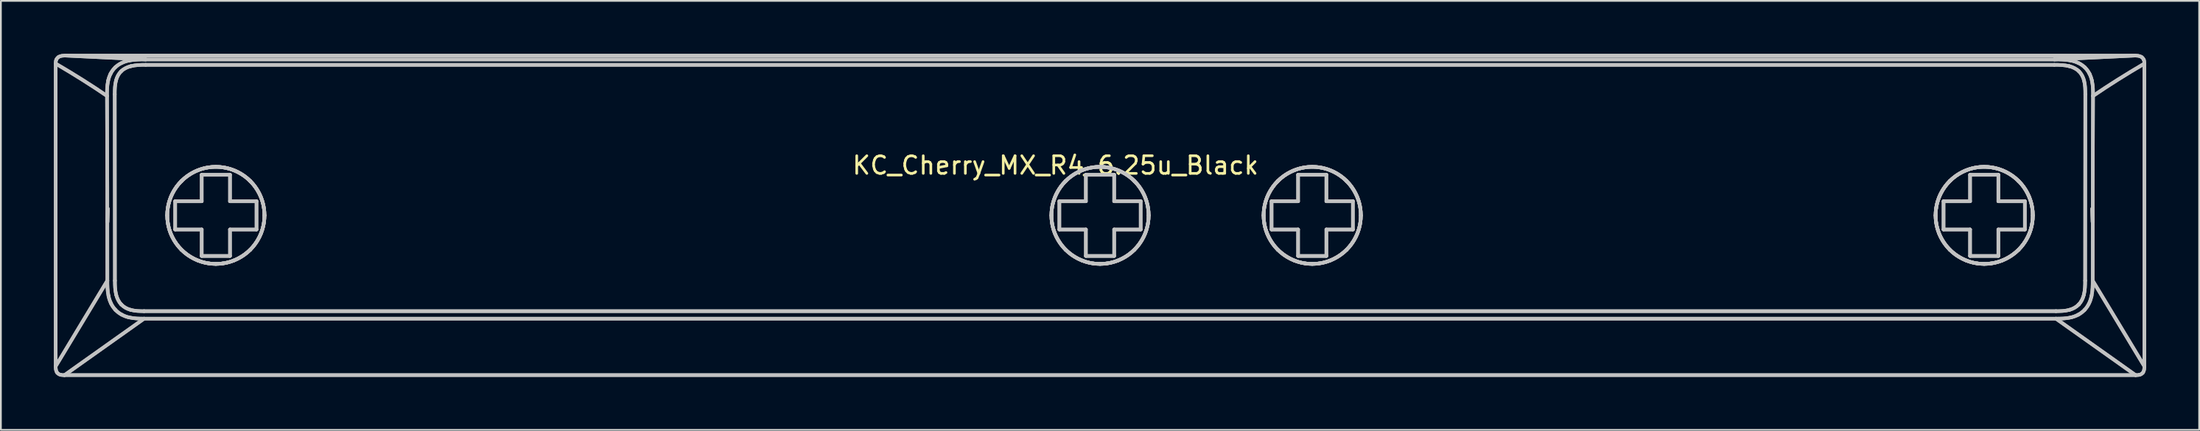
<source format=kicad_pcb>
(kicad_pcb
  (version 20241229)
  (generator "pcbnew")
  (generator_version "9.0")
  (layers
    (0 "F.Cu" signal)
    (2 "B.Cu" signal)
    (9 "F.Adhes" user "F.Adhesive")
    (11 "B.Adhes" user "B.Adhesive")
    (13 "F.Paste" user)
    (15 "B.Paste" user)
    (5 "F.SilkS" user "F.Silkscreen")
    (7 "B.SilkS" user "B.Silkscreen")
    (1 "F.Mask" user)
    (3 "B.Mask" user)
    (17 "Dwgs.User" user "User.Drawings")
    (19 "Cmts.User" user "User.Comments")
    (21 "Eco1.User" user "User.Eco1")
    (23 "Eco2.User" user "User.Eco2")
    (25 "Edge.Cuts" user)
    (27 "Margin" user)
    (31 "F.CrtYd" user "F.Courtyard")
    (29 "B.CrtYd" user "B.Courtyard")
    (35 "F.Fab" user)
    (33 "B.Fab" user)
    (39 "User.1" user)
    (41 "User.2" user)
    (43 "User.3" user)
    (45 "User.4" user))
  (footprint "KC_Cherry_MX_R4_6.25u_Black"
    (layer "F.Cu")
    (at 59.176 9.111)
    (property "Reference" "KC_Cherry_MX_R4_6.25u_Black" (at -2.54 -2.794 0) (layer "F.SilkS") (effects (font (size 1 1) (thickness 0.15))))
    (attr allow_missing_courtyard)
    (fp_line (start -59.076 -8.557) (end -59.076 8.585) (stroke (width 0.2) (type default)) (layer "Dwgs.User"))
    (fp_line (start -59.076 -8.557) (end -59.076 8.585) (stroke (width 0.2) (type default)) (layer "Dwgs.User"))
    (fp_line (start -58.58 9.089) (end 58.54 9.089) (stroke (width 0.2) (type default)) (layer "Dwgs.User"))
    (fp_line (start -58.58 9.089) (end 58.54 9.089) (stroke (width 0.2) (type default)) (layer "Dwgs.User"))
    (fp_line (start -58.528 -9.011) (end -53.985 -8.793) (stroke (width 0.2) (type default)) (layer "Dwgs.User"))
    (fp_line (start -58.528 -9.011) (end -53.985 -8.793) (stroke (width 0.2) (type default)) (layer "Dwgs.User"))
    (fp_line (start -56.155 3.735) (end -59.076 8.585) (stroke (width 0.2) (type default)) (layer "Dwgs.User"))
    (fp_line (start -56.155 3.735) (end -59.076 8.585) (stroke (width 0.2) (type default)) (layer "Dwgs.User"))
    (fp_line (start -56.148 0.414) (end -56.124 -0.336) (stroke (width 0.2) (type default)) (layer "Dwgs.User"))
    (fp_line (start -56.148 0.414) (end -56.124 -0.336) (stroke (width 0.2) (type default)) (layer "Dwgs.User"))
    (fp_line (start -55.737 -6.818) (end -55.728 3.735) (stroke (width 0.2) (type default)) (layer "Dwgs.User"))
    (fp_line (start -55.737 -6.818) (end -55.728 3.735) (stroke (width 0.2) (type default)) (layer "Dwgs.User"))
    (fp_line (start -54.078 5.466) (end 54.038 5.466) (stroke (width 0.2) (type default)) (layer "Dwgs.User"))
    (fp_line (start -54.078 5.466) (end 54.038 5.466) (stroke (width 0.2) (type default)) (layer "Dwgs.User"))
    (fp_line (start -54.078 5.89) (end -58.58 9.089) (stroke (width 0.2) (type default)) (layer "Dwgs.User"))
    (fp_line (start -54.078 5.89) (end -58.58 9.089) (stroke (width 0.2) (type default)) (layer "Dwgs.User"))
    (fp_line (start -54.078 5.89) (end 54.038 5.89) (stroke (width 0.2) (type default)) (layer "Dwgs.User"))
    (fp_line (start -54.078 5.89) (end 54.038 5.89) (stroke (width 0.2) (type default)) (layer "Dwgs.User"))
    (fp_line (start -52.32 -0.76) (end -50.82 -0.76) (stroke (width 0.2) (type default)) (layer "Dwgs.User"))
    (fp_line (start -52.32 -0.76) (end -50.82 -0.76) (stroke (width 0.2) (type default)) (layer "Dwgs.User"))
    (fp_line (start -52.32 0.84) (end -52.32 -0.76) (stroke (width 0.2) (type default)) (layer "Dwgs.User"))
    (fp_line (start -52.32 0.84) (end -52.32 -0.76) (stroke (width 0.2) (type default)) (layer "Dwgs.User"))
    (fp_line (start -50.82 -2.26) (end -49.22 -2.26) (stroke (width 0.2) (type default)) (layer "Dwgs.User"))
    (fp_line (start -50.82 -2.26) (end -49.22 -2.26) (stroke (width 0.2) (type default)) (layer "Dwgs.User"))
    (fp_line (start -50.82 -0.76) (end -50.82 -2.26) (stroke (width 0.2) (type default)) (layer "Dwgs.User"))
    (fp_line (start -50.82 -0.76) (end -50.82 -2.26) (stroke (width 0.2) (type default)) (layer "Dwgs.User"))
    (fp_line (start -50.82 0.84) (end -52.32 0.84) (stroke (width 0.2) (type default)) (layer "Dwgs.User"))
    (fp_line (start -50.82 0.84) (end -52.32 0.84) (stroke (width 0.2) (type default)) (layer "Dwgs.User"))
    (fp_line (start -50.82 2.34) (end -50.82 0.84) (stroke (width 0.2) (type default)) (layer "Dwgs.User"))
    (fp_line (start -50.82 2.34) (end -50.82 0.84) (stroke (width 0.2) (type default)) (layer "Dwgs.User"))
    (fp_line (start -49.22 -2.26) (end -49.22 -0.76) (stroke (width 0.2) (type default)) (layer "Dwgs.User"))
    (fp_line (start -49.22 -2.26) (end -49.22 -0.76) (stroke (width 0.2) (type default)) (layer "Dwgs.User"))
    (fp_line (start -49.22 -0.76) (end -47.72 -0.76) (stroke (width 0.2) (type default)) (layer "Dwgs.User"))
    (fp_line (start -49.22 -0.76) (end -47.72 -0.76) (stroke (width 0.2) (type default)) (layer "Dwgs.User"))
    (fp_line (start -49.22 0.84) (end -49.22 2.34) (stroke (width 0.2) (type default)) (layer "Dwgs.User"))
    (fp_line (start -49.22 0.84) (end -49.22 2.34) (stroke (width 0.2) (type default)) (layer "Dwgs.User"))
    (fp_line (start -49.22 2.34) (end -50.82 2.34) (stroke (width 0.2) (type default)) (layer "Dwgs.User"))
    (fp_line (start -49.22 2.34) (end -50.82 2.34) (stroke (width 0.2) (type default)) (layer "Dwgs.User"))
    (fp_line (start -47.72 -0.76) (end -47.72 0.84) (stroke (width 0.2) (type default)) (layer "Dwgs.User"))
    (fp_line (start -47.72 -0.76) (end -47.72 0.84) (stroke (width 0.2) (type default)) (layer "Dwgs.User"))
    (fp_line (start -47.72 0.84) (end -49.22 0.84) (stroke (width 0.2) (type default)) (layer "Dwgs.User"))
    (fp_line (start -47.72 0.84) (end -49.22 0.84) (stroke (width 0.2) (type default)) (layer "Dwgs.User"))
    (fp_line (start -47.296 -0.336) (end -47.296 -0.336) (stroke (width 0.2) (type default)) (layer "Dwgs.User"))
    (fp_line (start -47.296 -0.336) (end -47.296 -0.336) (stroke (width 0.2) (type default)) (layer "Dwgs.User"))
    (fp_line (start -47.296 0.414) (end -47.296 0.414) (stroke (width 0.2) (type default)) (layer "Dwgs.User"))
    (fp_line (start -47.296 0.414) (end -47.296 0.414) (stroke (width 0.2) (type default)) (layer "Dwgs.User"))
    (fp_line (start -2.744 -0.335) (end -2.744 -0.336) (stroke (width 0.2) (type default)) (layer "Dwgs.User"))
    (fp_line (start -2.744 -0.335) (end -2.744 -0.336) (stroke (width 0.2) (type default)) (layer "Dwgs.User"))
    (fp_line (start -2.744 0.414) (end -2.744 0.415) (stroke (width 0.2) (type default)) (layer "Dwgs.User"))
    (fp_line (start -2.744 0.414) (end -2.744 0.415) (stroke (width 0.2) (type default)) (layer "Dwgs.User"))
    (fp_line (start -2.32 -0.76) (end -0.82 -0.76) (stroke (width 0.2) (type default)) (layer "Dwgs.User"))
    (fp_line (start -2.32 -0.76) (end -0.82 -0.76) (stroke (width 0.2) (type default)) (layer "Dwgs.User"))
    (fp_line (start -2.32 0.84) (end -2.32 -0.76) (stroke (width 0.2) (type default)) (layer "Dwgs.User"))
    (fp_line (start -2.32 0.84) (end -2.32 -0.76) (stroke (width 0.2) (type default)) (layer "Dwgs.User"))
    (fp_line (start -0.82 -2.26) (end 0.78 -2.26) (stroke (width 0.2) (type default)) (layer "Dwgs.User"))
    (fp_line (start -0.82 -2.26) (end 0.78 -2.26) (stroke (width 0.2) (type default)) (layer "Dwgs.User"))
    (fp_line (start -0.82 -0.76) (end -0.82 -2.26) (stroke (width 0.2) (type default)) (layer "Dwgs.User"))
    (fp_line (start -0.82 -0.76) (end -0.82 -2.26) (stroke (width 0.2) (type default)) (layer "Dwgs.User"))
    (fp_line (start -0.82 0.84) (end -2.32 0.84) (stroke (width 0.2) (type default)) (layer "Dwgs.User"))
    (fp_line (start -0.82 0.84) (end -2.32 0.84) (stroke (width 0.2) (type default)) (layer "Dwgs.User"))
    (fp_line (start -0.82 2.34) (end -0.82 0.84) (stroke (width 0.2) (type default)) (layer "Dwgs.User"))
    (fp_line (start -0.82 2.34) (end -0.82 0.84) (stroke (width 0.2) (type default)) (layer "Dwgs.User"))
    (fp_line (start 0.78 -2.26) (end 0.78 -0.76) (stroke (width 0.2) (type default)) (layer "Dwgs.User"))
    (fp_line (start 0.78 -2.26) (end 0.78 -0.76) (stroke (width 0.2) (type default)) (layer "Dwgs.User"))
    (fp_line (start 0.78 -0.76) (end 2.28 -0.76) (stroke (width 0.2) (type default)) (layer "Dwgs.User"))
    (fp_line (start 0.78 -0.76) (end 2.28 -0.76) (stroke (width 0.2) (type default)) (layer "Dwgs.User"))
    (fp_line (start 0.78 0.84) (end 0.78 2.34) (stroke (width 0.2) (type default)) (layer "Dwgs.User"))
    (fp_line (start 0.78 0.84) (end 0.78 2.34) (stroke (width 0.2) (type default)) (layer "Dwgs.User"))
    (fp_line (start 0.78 2.34) (end -0.82 2.34) (stroke (width 0.2) (type default)) (layer "Dwgs.User"))
    (fp_line (start 0.78 2.34) (end -0.82 2.34) (stroke (width 0.2) (type default)) (layer "Dwgs.User"))
    (fp_line (start 2.28 -0.76) (end 2.28 0.84) (stroke (width 0.2) (type default)) (layer "Dwgs.User"))
    (fp_line (start 2.28 -0.76) (end 2.28 0.84) (stroke (width 0.2) (type default)) (layer "Dwgs.User"))
    (fp_line (start 2.28 0.84) (end 0.78 0.84) (stroke (width 0.2) (type default)) (layer "Dwgs.User"))
    (fp_line (start 2.28 0.84) (end 0.78 0.84) (stroke (width 0.2) (type default)) (layer "Dwgs.User"))
    (fp_line (start 9.68 -0.76) (end 11.18 -0.76) (stroke (width 0.2) (type default)) (layer "Dwgs.User"))
    (fp_line (start 9.68 -0.76) (end 11.18 -0.76) (stroke (width 0.2) (type default)) (layer "Dwgs.User"))
    (fp_line (start 9.68 0.84) (end 9.68 -0.76) (stroke (width 0.2) (type default)) (layer "Dwgs.User"))
    (fp_line (start 9.68 0.84) (end 9.68 -0.76) (stroke (width 0.2) (type default)) (layer "Dwgs.User"))
    (fp_line (start 11.18 -2.26) (end 12.78 -2.26) (stroke (width 0.2) (type default)) (layer "Dwgs.User"))
    (fp_line (start 11.18 -2.26) (end 12.78 -2.26) (stroke (width 0.2) (type default)) (layer "Dwgs.User"))
    (fp_line (start 11.18 -0.76) (end 11.18 -2.26) (stroke (width 0.2) (type default)) (layer "Dwgs.User"))
    (fp_line (start 11.18 -0.76) (end 11.18 -2.26) (stroke (width 0.2) (type default)) (layer "Dwgs.User"))
    (fp_line (start 11.18 0.84) (end 9.68 0.84) (stroke (width 0.2) (type default)) (layer "Dwgs.User"))
    (fp_line (start 11.18 0.84) (end 9.68 0.84) (stroke (width 0.2) (type default)) (layer "Dwgs.User"))
    (fp_line (start 11.18 2.34) (end 11.18 0.84) (stroke (width 0.2) (type default)) (layer "Dwgs.User"))
    (fp_line (start 11.18 2.34) (end 11.18 0.84) (stroke (width 0.2) (type default)) (layer "Dwgs.User"))
    (fp_line (start 12.78 -2.26) (end 12.78 -0.76) (stroke (width 0.2) (type default)) (layer "Dwgs.User"))
    (fp_line (start 12.78 -2.26) (end 12.78 -0.76) (stroke (width 0.2) (type default)) (layer "Dwgs.User"))
    (fp_line (start 12.78 -0.76) (end 14.28 -0.76) (stroke (width 0.2) (type default)) (layer "Dwgs.User"))
    (fp_line (start 12.78 -0.76) (end 14.28 -0.76) (stroke (width 0.2) (type default)) (layer "Dwgs.User"))
    (fp_line (start 12.78 0.84) (end 12.78 2.34) (stroke (width 0.2) (type default)) (layer "Dwgs.User"))
    (fp_line (start 12.78 0.84) (end 12.78 2.34) (stroke (width 0.2) (type default)) (layer "Dwgs.User"))
    (fp_line (start 12.78 2.34) (end 11.18 2.34) (stroke (width 0.2) (type default)) (layer "Dwgs.User"))
    (fp_line (start 12.78 2.34) (end 11.18 2.34) (stroke (width 0.2) (type default)) (layer "Dwgs.User"))
    (fp_line (start 14.28 -0.76) (end 14.28 0.84) (stroke (width 0.2) (type default)) (layer "Dwgs.User"))
    (fp_line (start 14.28 -0.76) (end 14.28 0.84) (stroke (width 0.2) (type default)) (layer "Dwgs.User"))
    (fp_line (start 14.28 0.84) (end 12.78 0.84) (stroke (width 0.2) (type default)) (layer "Dwgs.User"))
    (fp_line (start 14.28 0.84) (end 12.78 0.84) (stroke (width 0.2) (type default)) (layer "Dwgs.User"))
    (fp_line (start 14.704 0.414) (end 14.704 0.415) (stroke (width 0.2) (type default)) (layer "Dwgs.User"))
    (fp_line (start 14.704 0.414) (end 14.704 0.415) (stroke (width 0.2) (type default)) (layer "Dwgs.User"))
    (fp_line (start 14.704 -0.335) (end 14.704 -0.336) (stroke (width 0.2) (type default)) (layer "Dwgs.User"))
    (fp_line (start 14.704 -0.335) (end 14.704 -0.336) (stroke (width 0.2) (type default)) (layer "Dwgs.User"))
    (fp_line (start 47.256 0.414) (end 47.256 0.414) (stroke (width 0.2) (type default)) (layer "Dwgs.User"))
    (fp_line (start 47.256 0.414) (end 47.256 0.414) (stroke (width 0.2) (type default)) (layer "Dwgs.User"))
    (fp_line (start 47.256 -0.336) (end 47.256 -0.336) (stroke (width 0.2) (type default)) (layer "Dwgs.User"))
    (fp_line (start 47.256 -0.336) (end 47.256 -0.336) (stroke (width 0.2) (type default)) (layer "Dwgs.User"))
    (fp_line (start 47.68 -0.76) (end 49.18 -0.76) (stroke (width 0.2) (type default)) (layer "Dwgs.User"))
    (fp_line (start 47.68 -0.76) (end 49.18 -0.76) (stroke (width 0.2) (type default)) (layer "Dwgs.User"))
    (fp_line (start 47.68 0.84) (end 47.68 -0.76) (stroke (width 0.2) (type default)) (layer "Dwgs.User"))
    (fp_line (start 47.68 0.84) (end 47.68 -0.76) (stroke (width 0.2) (type default)) (layer "Dwgs.User"))
    (fp_line (start 49.18 -2.26) (end 50.78 -2.26) (stroke (width 0.2) (type default)) (layer "Dwgs.User"))
    (fp_line (start 49.18 -2.26) (end 50.78 -2.26) (stroke (width 0.2) (type default)) (layer "Dwgs.User"))
    (fp_line (start 49.18 -0.76) (end 49.18 -2.26) (stroke (width 0.2) (type default)) (layer "Dwgs.User"))
    (fp_line (start 49.18 -0.76) (end 49.18 -2.26) (stroke (width 0.2) (type default)) (layer "Dwgs.User"))
    (fp_line (start 49.18 0.84) (end 47.68 0.84) (stroke (width 0.2) (type default)) (layer "Dwgs.User"))
    (fp_line (start 49.18 0.84) (end 47.68 0.84) (stroke (width 0.2) (type default)) (layer "Dwgs.User"))
    (fp_line (start 49.18 2.34) (end 49.18 0.84) (stroke (width 0.2) (type default)) (layer "Dwgs.User"))
    (fp_line (start 49.18 2.34) (end 49.18 0.84) (stroke (width 0.2) (type default)) (layer "Dwgs.User"))
    (fp_line (start 50.78 -2.26) (end 50.78 -0.76) (stroke (width 0.2) (type default)) (layer "Dwgs.User"))
    (fp_line (start 50.78 -2.26) (end 50.78 -0.76) (stroke (width 0.2) (type default)) (layer "Dwgs.User"))
    (fp_line (start 50.78 -0.76) (end 52.28 -0.76) (stroke (width 0.2) (type default)) (layer "Dwgs.User"))
    (fp_line (start 50.78 -0.76) (end 52.28 -0.76) (stroke (width 0.2) (type default)) (layer "Dwgs.User"))
    (fp_line (start 50.78 0.84) (end 50.78 2.34) (stroke (width 0.2) (type default)) (layer "Dwgs.User"))
    (fp_line (start 50.78 0.84) (end 50.78 2.34) (stroke (width 0.2) (type default)) (layer "Dwgs.User"))
    (fp_line (start 50.78 2.34) (end 49.18 2.34) (stroke (width 0.2) (type default)) (layer "Dwgs.User"))
    (fp_line (start 50.78 2.34) (end 49.18 2.34) (stroke (width 0.2) (type default)) (layer "Dwgs.User"))
    (fp_line (start 52.28 -0.76) (end 52.28 0.84) (stroke (width 0.2) (type default)) (layer "Dwgs.User"))
    (fp_line (start 52.28 -0.76) (end 52.28 0.84) (stroke (width 0.2) (type default)) (layer "Dwgs.User"))
    (fp_line (start 52.28 0.84) (end 50.78 0.84) (stroke (width 0.2) (type default)) (layer "Dwgs.User"))
    (fp_line (start 52.28 0.84) (end 50.78 0.84) (stroke (width 0.2) (type default)) (layer "Dwgs.User"))
    (fp_line (start 53.945 -8.793) (end -53.985 -8.793) (stroke (width 0.2) (type default)) (layer "Dwgs.User"))
    (fp_line (start 53.945 -8.793) (end -53.985 -8.793) (stroke (width 0.2) (type default)) (layer "Dwgs.User"))
    (fp_line (start 53.945 -8.793) (end 58.488 -9.011) (stroke (width 0.2) (type default)) (layer "Dwgs.User"))
    (fp_line (start 53.945 -8.793) (end 58.488 -9.011) (stroke (width 0.2) (type default)) (layer "Dwgs.User"))
    (fp_line (start 53.945 -8.487) (end -53.985 -8.487) (stroke (width 0.2) (type default)) (layer "Dwgs.User"))
    (fp_line (start 53.945 -8.487) (end -53.985 -8.487) (stroke (width 0.2) (type default)) (layer "Dwgs.User"))
    (fp_line (start 54.038 5.89) (end 58.54 9.089) (stroke (width 0.2) (type default)) (layer "Dwgs.User"))
    (fp_line (start 54.038 5.89) (end 58.54 9.089) (stroke (width 0.2) (type default)) (layer "Dwgs.User"))
    (fp_line (start 55.688 3.735) (end 55.697 -6.818) (stroke (width 0.2) (type default)) (layer "Dwgs.User"))
    (fp_line (start 55.688 3.735) (end 55.697 -6.818) (stroke (width 0.2) (type default)) (layer "Dwgs.User"))
    (fp_line (start 56.108 0.414) (end 56.084 -0.336) (stroke (width 0.2) (type default)) (layer "Dwgs.User"))
    (fp_line (start 56.108 0.414) (end 56.084 -0.336) (stroke (width 0.2) (type default)) (layer "Dwgs.User"))
    (fp_line (start 56.115 3.735) (end 59.036 8.585) (stroke (width 0.2) (type default)) (layer "Dwgs.User"))
    (fp_line (start 56.115 3.735) (end 59.036 8.585) (stroke (width 0.2) (type default)) (layer "Dwgs.User"))
    (fp_line (start 58.488 -9.011) (end -58.528 -9.011) (stroke (width 0.2) (type default)) (layer "Dwgs.User"))
    (fp_line (start 58.488 -9.011) (end -58.528 -9.011) (stroke (width 0.2) (type default)) (layer "Dwgs.User"))
    (fp_line (start 59.036 8.585) (end 59.036 -8.557) (stroke (width 0.2) (type default)) (layer "Dwgs.User"))
    (fp_line (start 59.036 8.585) (end 59.036 -8.557) (stroke (width 0.2) (type default)) (layer "Dwgs.User"))
    (fp_curve (pts (xy -59.076 -8.557) (xy -58.02 -7.939) (xy -57.054 -7.329) (xy -56.175 -6.727)) (stroke (width 0.2) (type default)) (layer "Dwgs.User"))
    (fp_curve (pts (xy -59.076 -8.557) (xy -58.02 -7.939) (xy -57.054 -7.329) (xy -56.175 -6.727)) (stroke (width 0.2) (type default)) (layer "Dwgs.User"))
    (fp_curve (pts (xy -59.076 8.585) (xy -59.078 8.715) (xy -59.072 8.859) (xy -58.982 8.963)) (stroke (width 0.2) (type default)) (layer "Dwgs.User"))
    (fp_curve (pts (xy -59.076 8.585) (xy -59.078 8.715) (xy -59.072 8.859) (xy -58.982 8.963)) (stroke (width 0.2) (type default)) (layer "Dwgs.User"))
    (fp_curve (pts (xy -59.046 -8.775) (xy -59.074 -8.706) (xy -59.077 -8.63) (xy -59.076 -8.557)) (stroke (width 0.2) (type default)) (layer "Dwgs.User"))
    (fp_curve (pts (xy -59.046 -8.775) (xy -59.074 -8.706) (xy -59.077 -8.63) (xy -59.076 -8.557)) (stroke (width 0.2) (type default)) (layer "Dwgs.User"))
    (fp_curve (pts (xy -58.982 8.963) (xy -58.929 9.022) (xy -58.864 9.059) (xy -58.786 9.074)) (stroke (width 0.2) (type default)) (layer "Dwgs.User"))
    (fp_curve (pts (xy -58.982 8.963) (xy -58.929 9.022) (xy -58.864 9.059) (xy -58.786 9.074)) (stroke (width 0.2) (type default)) (layer "Dwgs.User"))
    (fp_curve (pts (xy -58.938 -8.915) (xy -58.986 -8.878) (xy -59.022 -8.832) (xy -59.046 -8.775)) (stroke (width 0.2) (type default)) (layer "Dwgs.User"))
    (fp_curve (pts (xy -58.938 -8.915) (xy -58.986 -8.878) (xy -59.022 -8.832) (xy -59.046 -8.775)) (stroke (width 0.2) (type default)) (layer "Dwgs.User"))
    (fp_curve (pts (xy -58.786 9.074) (xy -58.718 9.087) (xy -58.649 9.092) (xy -58.58 9.089)) (stroke (width 0.2) (type default)) (layer "Dwgs.User"))
    (fp_curve (pts (xy -58.786 9.074) (xy -58.718 9.087) (xy -58.649 9.092) (xy -58.58 9.089)) (stroke (width 0.2) (type default)) (layer "Dwgs.User"))
    (fp_curve (pts (xy -58.528 -9.011) (xy -58.669 -9.012) (xy -58.821 -9.004) (xy -58.938 -8.915)) (stroke (width 0.2) (type default)) (layer "Dwgs.User"))
    (fp_curve (pts (xy -58.528 -9.011) (xy -58.669 -9.012) (xy -58.821 -9.004) (xy -58.938 -8.915)) (stroke (width 0.2) (type default)) (layer "Dwgs.User"))
    (fp_curve (pts (xy -56.175 -6.727) (xy -56.157 -3.347) (xy -56.153 0.192) (xy -56.155 3.735)) (stroke (width 0.2) (type default)) (layer "Dwgs.User"))
    (fp_curve (pts (xy -56.175 -6.727) (xy -56.157 -3.347) (xy -56.153 0.192) (xy -56.155 3.735)) (stroke (width 0.2) (type default)) (layer "Dwgs.User"))
    (fp_curve (pts (xy -56.155 3.735) (xy -56.154 4) (xy -56.157 4.29) (xy -56.089 4.611)) (stroke (width 0.2) (type default)) (layer "Dwgs.User"))
    (fp_curve (pts (xy -56.155 3.735) (xy -56.154 4) (xy -56.157 4.29) (xy -56.089 4.611)) (stroke (width 0.2) (type default)) (layer "Dwgs.User"))
    (fp_curve (pts (xy -56.112 -7.586) (xy -56.181 -7.269) (xy -56.175 -6.986) (xy -56.175 -6.727)) (stroke (width 0.2) (type default)) (layer "Dwgs.User"))
    (fp_curve (pts (xy -56.112 -7.586) (xy -56.181 -7.269) (xy -56.175 -6.986) (xy -56.175 -6.727)) (stroke (width 0.2) (type default)) (layer "Dwgs.User"))
    (fp_curve (pts (xy -56.089 4.611) (xy -56.062 4.745) (xy -56.016 4.882) (xy -55.951 5.022)) (stroke (width 0.2) (type default)) (layer "Dwgs.User"))
    (fp_curve (pts (xy -56.089 4.611) (xy -56.062 4.745) (xy -56.016 4.882) (xy -55.951 5.022)) (stroke (width 0.2) (type default)) (layer "Dwgs.User"))
    (fp_curve (pts (xy -55.971 -7.989) (xy -56.039 -7.85) (xy -56.086 -7.716) (xy -56.112 -7.586)) (stroke (width 0.2) (type default)) (layer "Dwgs.User"))
    (fp_curve (pts (xy -55.971 -7.989) (xy -56.039 -7.85) (xy -56.086 -7.716) (xy -56.112 -7.586)) (stroke (width 0.2) (type default)) (layer "Dwgs.User"))
    (fp_curve (pts (xy -55.951 5.022) (xy -55.89 5.151) (xy -55.808 5.272) (xy -55.703 5.387)) (stroke (width 0.2) (type default)) (layer "Dwgs.User"))
    (fp_curve (pts (xy -55.951 5.022) (xy -55.89 5.151) (xy -55.808 5.272) (xy -55.703 5.387)) (stroke (width 0.2) (type default)) (layer "Dwgs.User"))
    (fp_curve (pts (xy -55.728 3.735) (xy -55.728 4.002) (xy -55.722 4.271) (xy -55.658 4.53)) (stroke (width 0.2) (type default)) (layer "Dwgs.User"))
    (fp_curve (pts (xy -55.728 3.735) (xy -55.728 4.002) (xy -55.722 4.271) (xy -55.658 4.53)) (stroke (width 0.2) (type default)) (layer "Dwgs.User"))
    (fp_curve (pts (xy -55.711 -8.343) (xy -55.821 -8.236) (xy -55.909 -8.112) (xy -55.971 -7.989)) (stroke (width 0.2) (type default)) (layer "Dwgs.User"))
    (fp_curve (pts (xy -55.711 -8.343) (xy -55.821 -8.236) (xy -55.909 -8.112) (xy -55.971 -7.989)) (stroke (width 0.2) (type default)) (layer "Dwgs.User"))
    (fp_curve (pts (xy -55.703 5.387) (xy -55.6 5.498) (xy -55.476 5.592) (xy -55.35 5.66)) (stroke (width 0.2) (type default)) (layer "Dwgs.User"))
    (fp_curve (pts (xy -55.703 5.387) (xy -55.6 5.498) (xy -55.476 5.592) (xy -55.35 5.66)) (stroke (width 0.2) (type default)) (layer "Dwgs.User"))
    (fp_curve (pts (xy -55.668 -7.593) (xy -55.733 -7.342) (xy -55.737 -7.079) (xy -55.737 -6.818)) (stroke (width 0.2) (type default)) (layer "Dwgs.User"))
    (fp_curve (pts (xy -55.668 -7.593) (xy -55.733 -7.342) (xy -55.737 -7.079) (xy -55.737 -6.818)) (stroke (width 0.2) (type default)) (layer "Dwgs.User"))
    (fp_curve (pts (xy -55.658 4.53) (xy -55.607 4.736) (xy -55.515 4.934) (xy -55.368 5.087)) (stroke (width 0.2) (type default)) (layer "Dwgs.User"))
    (fp_curve (pts (xy -55.658 4.53) (xy -55.607 4.736) (xy -55.515 4.934) (xy -55.368 5.087)) (stroke (width 0.2) (type default)) (layer "Dwgs.User"))
    (fp_curve (pts (xy -55.377 -8.121) (xy -55.526 -7.976) (xy -55.618 -7.789) (xy -55.668 -7.593)) (stroke (width 0.2) (type default)) (layer "Dwgs.User"))
    (fp_curve (pts (xy -55.377 -8.121) (xy -55.526 -7.976) (xy -55.618 -7.789) (xy -55.668 -7.593)) (stroke (width 0.2) (type default)) (layer "Dwgs.User"))
    (fp_curve (pts (xy -55.368 5.087) (xy -55.225 5.238) (xy -55.038 5.338) (xy -54.841 5.391)) (stroke (width 0.2) (type default)) (layer "Dwgs.User"))
    (fp_curve (pts (xy -55.368 5.087) (xy -55.225 5.238) (xy -55.038 5.338) (xy -54.841 5.391)) (stroke (width 0.2) (type default)) (layer "Dwgs.User"))
    (fp_curve (pts (xy -55.35 5.66) (xy -55.212 5.734) (xy -55.075 5.786) (xy -54.941 5.816)) (stroke (width 0.2) (type default)) (layer "Dwgs.User"))
    (fp_curve (pts (xy -55.35 5.66) (xy -55.212 5.734) (xy -55.075 5.786) (xy -54.941 5.816)) (stroke (width 0.2) (type default)) (layer "Dwgs.User"))
    (fp_curve (pts (xy -55.343 -8.595) (xy -55.471 -8.535) (xy -55.6 -8.45) (xy -55.711 -8.343)) (stroke (width 0.2) (type default)) (layer "Dwgs.User"))
    (fp_curve (pts (xy -55.343 -8.595) (xy -55.471 -8.535) (xy -55.6 -8.45) (xy -55.711 -8.343)) (stroke (width 0.2) (type default)) (layer "Dwgs.User"))
    (fp_curve (pts (xy -54.941 5.816) (xy -54.621 5.892) (xy -54.335 5.888) (xy -54.078 5.89)) (stroke (width 0.2) (type default)) (layer "Dwgs.User"))
    (fp_curve (pts (xy -54.941 5.816) (xy -54.621 5.892) (xy -54.335 5.888) (xy -54.078 5.89)) (stroke (width 0.2) (type default)) (layer "Dwgs.User"))
    (fp_curve (pts (xy -54.918 -8.732) (xy -55.056 -8.707) (xy -55.197 -8.662) (xy -55.343 -8.595)) (stroke (width 0.2) (type default)) (layer "Dwgs.User"))
    (fp_curve (pts (xy -54.918 -8.732) (xy -55.056 -8.707) (xy -55.197 -8.662) (xy -55.343 -8.595)) (stroke (width 0.2) (type default)) (layer "Dwgs.User"))
    (fp_curve (pts (xy -54.841 5.391) (xy -54.594 5.46) (xy -54.334 5.466) (xy -54.078 5.466)) (stroke (width 0.2) (type default)) (layer "Dwgs.User"))
    (fp_curve (pts (xy -54.841 5.391) (xy -54.594 5.46) (xy -54.334 5.466) (xy -54.078 5.466)) (stroke (width 0.2) (type default)) (layer "Dwgs.User"))
    (fp_curve (pts (xy -54.827 -8.413) (xy -55.032 -8.362) (xy -55.228 -8.269) (xy -55.377 -8.121)) (stroke (width 0.2) (type default)) (layer "Dwgs.User"))
    (fp_curve (pts (xy -54.827 -8.413) (xy -55.032 -8.362) (xy -55.228 -8.269) (xy -55.377 -8.121)) (stroke (width 0.2) (type default)) (layer "Dwgs.User"))
    (fp_curve (pts (xy -53.985 -8.487) (xy -54.268 -8.487) (xy -54.554 -8.481) (xy -54.827 -8.413)) (stroke (width 0.2) (type default)) (layer "Dwgs.User"))
    (fp_curve (pts (xy -53.985 -8.487) (xy -54.268 -8.487) (xy -54.554 -8.481) (xy -54.827 -8.413)) (stroke (width 0.2) (type default)) (layer "Dwgs.User"))
    (fp_curve (pts (xy -53.985 -8.793) (xy -54.269 -8.79) (xy -54.575 -8.799) (xy -54.918 -8.732)) (stroke (width 0.2) (type default)) (layer "Dwgs.User"))
    (fp_curve (pts (xy -53.985 -8.793) (xy -54.269 -8.79) (xy -54.575 -8.799) (xy -54.918 -8.732)) (stroke (width 0.2) (type default)) (layer "Dwgs.User"))
    (fp_curve (pts (xy -52.77 0.039) (xy -52.77 0.363) (xy -52.711 0.713) (xy -52.577 1.052)) (stroke (width 0.2) (type default)) (layer "Dwgs.User"))
    (fp_curve (pts (xy -52.77 0.039) (xy -52.77 0.363) (xy -52.711 0.713) (xy -52.577 1.052)) (stroke (width 0.2) (type default)) (layer "Dwgs.User"))
    (fp_curve (pts (xy -52.744 0.414) (xy -52.665 1.001) (xy -52.387 1.564) (xy -51.965 1.984)) (stroke (width 0.2) (type default)) (layer "Dwgs.User"))
    (fp_curve (pts (xy -52.744 0.414) (xy -52.665 1.001) (xy -52.387 1.564) (xy -51.965 1.984)) (stroke (width 0.2) (type default)) (layer "Dwgs.User"))
    (fp_curve (pts (xy -52.744 -0.336) (xy -52.779 -0.086) (xy -52.779 0.164) (xy -52.744 0.414)) (stroke (width 0.2) (type default)) (layer "Dwgs.User"))
    (fp_curve (pts (xy -52.744 -0.336) (xy -52.779 -0.086) (xy -52.779 0.164) (xy -52.744 0.414)) (stroke (width 0.2) (type default)) (layer "Dwgs.User"))
    (fp_curve (pts (xy -52.577 -0.973) (xy -52.711 -0.634) (xy -52.77 -0.284) (xy -52.77 0.039)) (stroke (width 0.2) (type default)) (layer "Dwgs.User"))
    (fp_curve (pts (xy -52.577 -0.973) (xy -52.711 -0.634) (xy -52.77 -0.284) (xy -52.77 0.039)) (stroke (width 0.2) (type default)) (layer "Dwgs.User"))
    (fp_curve (pts (xy -52.577 1.052) (xy -52.444 1.39) (xy -52.234 1.716) (xy -51.965 1.984)) (stroke (width 0.2) (type default)) (layer "Dwgs.User"))
    (fp_curve (pts (xy -52.577 1.052) (xy -52.444 1.39) (xy -52.234 1.716) (xy -51.965 1.984)) (stroke (width 0.2) (type default)) (layer "Dwgs.User"))
    (fp_curve (pts (xy -51.965 -1.905) (xy -52.387 -1.484) (xy -52.664 -0.926) (xy -52.744 -0.336)) (stroke (width 0.2) (type default)) (layer "Dwgs.User"))
    (fp_curve (pts (xy -51.965 -1.905) (xy -52.387 -1.484) (xy -52.664 -0.926) (xy -52.744 -0.336)) (stroke (width 0.2) (type default)) (layer "Dwgs.User"))
    (fp_curve (pts (xy -51.965 -1.905) (xy -52.234 -1.637) (xy -52.444 -1.311) (xy -52.577 -0.973)) (stroke (width 0.2) (type default)) (layer "Dwgs.User"))
    (fp_curve (pts (xy -51.965 -1.905) (xy -52.234 -1.637) (xy -52.444 -1.311) (xy -52.577 -0.973)) (stroke (width 0.2) (type default)) (layer "Dwgs.User"))
    (fp_curve (pts (xy -51.965 1.984) (xy -51.696 2.253) (xy -51.371 2.463) (xy -51.032 2.596)) (stroke (width 0.2) (type default)) (layer "Dwgs.User"))
    (fp_curve (pts (xy -51.965 1.984) (xy -51.696 2.253) (xy -51.371 2.463) (xy -51.032 2.596)) (stroke (width 0.2) (type default)) (layer "Dwgs.User"))
    (fp_curve (pts (xy -51.965 1.984) (xy -51.545 2.405) (xy -50.987 2.683) (xy -50.395 2.764)) (stroke (width 0.2) (type default)) (layer "Dwgs.User"))
    (fp_curve (pts (xy -51.965 1.984) (xy -51.545 2.405) (xy -50.987 2.683) (xy -50.395 2.764)) (stroke (width 0.2) (type default)) (layer "Dwgs.User"))
    (fp_curve (pts (xy -51.032 -2.518) (xy -51.371 -2.384) (xy -51.696 -2.174) (xy -51.965 -1.905)) (stroke (width 0.2) (type default)) (layer "Dwgs.User"))
    (fp_curve (pts (xy -51.032 -2.518) (xy -51.371 -2.384) (xy -51.696 -2.174) (xy -51.965 -1.905)) (stroke (width 0.2) (type default)) (layer "Dwgs.User"))
    (fp_curve (pts (xy -51.032 2.596) (xy -50.693 2.731) (xy -50.344 2.79) (xy -50.02 2.789)) (stroke (width 0.2) (type default)) (layer "Dwgs.User"))
    (fp_curve (pts (xy -51.032 2.596) (xy -50.693 2.731) (xy -50.344 2.79) (xy -50.02 2.789)) (stroke (width 0.2) (type default)) (layer "Dwgs.User"))
    (fp_curve (pts (xy -50.395 -2.685) (xy -50.989 -2.604) (xy -51.547 -2.325) (xy -51.965 -1.905)) (stroke (width 0.2) (type default)) (layer "Dwgs.User"))
    (fp_curve (pts (xy -50.395 -2.685) (xy -50.989 -2.604) (xy -51.547 -2.325) (xy -51.965 -1.905)) (stroke (width 0.2) (type default)) (layer "Dwgs.User"))
    (fp_curve (pts (xy -50.395 -2.685) (xy -50.145 -2.719) (xy -49.895 -2.719) (xy -49.645 -2.685)) (stroke (width 0.2) (type default)) (layer "Dwgs.User"))
    (fp_curve (pts (xy -50.395 -2.685) (xy -50.145 -2.719) (xy -49.895 -2.719) (xy -49.645 -2.685)) (stroke (width 0.2) (type default)) (layer "Dwgs.User"))
    (fp_curve (pts (xy -50.02 -2.711) (xy -50.344 -2.711) (xy -50.693 -2.652) (xy -51.032 -2.518)) (stroke (width 0.2) (type default)) (layer "Dwgs.User"))
    (fp_curve (pts (xy -50.02 -2.711) (xy -50.344 -2.711) (xy -50.693 -2.652) (xy -51.032 -2.518)) (stroke (width 0.2) (type default)) (layer "Dwgs.User"))
    (fp_curve (pts (xy -50.02 2.789) (xy -49.696 2.79) (xy -49.347 2.731) (xy -49.008 2.596)) (stroke (width 0.2) (type default)) (layer "Dwgs.User"))
    (fp_curve (pts (xy -50.02 2.789) (xy -49.696 2.79) (xy -49.347 2.731) (xy -49.008 2.596)) (stroke (width 0.2) (type default)) (layer "Dwgs.User"))
    (fp_curve (pts (xy -49.645 2.764) (xy -49.895 2.798) (xy -50.145 2.798) (xy -50.395 2.764)) (stroke (width 0.2) (type default)) (layer "Dwgs.User"))
    (fp_curve (pts (xy -49.645 2.764) (xy -49.895 2.798) (xy -50.145 2.798) (xy -50.395 2.764)) (stroke (width 0.2) (type default)) (layer "Dwgs.User"))
    (fp_curve (pts (xy -49.645 2.764) (xy -49.053 2.683) (xy -48.495 2.405) (xy -48.075 1.984)) (stroke (width 0.2) (type default)) (layer "Dwgs.User"))
    (fp_curve (pts (xy -49.645 2.764) (xy -49.053 2.683) (xy -48.495 2.405) (xy -48.075 1.984)) (stroke (width 0.2) (type default)) (layer "Dwgs.User"))
    (fp_curve (pts (xy -49.008 -2.518) (xy -49.347 -2.652) (xy -49.696 -2.711) (xy -50.02 -2.711)) (stroke (width 0.2) (type default)) (layer "Dwgs.User"))
    (fp_curve (pts (xy -49.008 -2.518) (xy -49.347 -2.652) (xy -49.696 -2.711) (xy -50.02 -2.711)) (stroke (width 0.2) (type default)) (layer "Dwgs.User"))
    (fp_curve (pts (xy -49.008 2.596) (xy -48.669 2.463) (xy -48.344 2.253) (xy -48.075 1.984)) (stroke (width 0.2) (type default)) (layer "Dwgs.User"))
    (fp_curve (pts (xy -49.008 2.596) (xy -48.669 2.463) (xy -48.344 2.253) (xy -48.075 1.984)) (stroke (width 0.2) (type default)) (layer "Dwgs.User"))
    (fp_curve (pts (xy -48.075 -1.905) (xy -48.493 -2.325) (xy -49.051 -2.604) (xy -49.645 -2.685)) (stroke (width 0.2) (type default)) (layer "Dwgs.User"))
    (fp_curve (pts (xy -48.075 -1.905) (xy -48.493 -2.325) (xy -49.051 -2.604) (xy -49.645 -2.685)) (stroke (width 0.2) (type default)) (layer "Dwgs.User"))
    (fp_curve (pts (xy -48.075 -1.905) (xy -48.344 -2.174) (xy -48.669 -2.384) (xy -49.008 -2.518)) (stroke (width 0.2) (type default)) (layer "Dwgs.User"))
    (fp_curve (pts (xy -48.075 -1.905) (xy -48.344 -2.174) (xy -48.669 -2.384) (xy -49.008 -2.518)) (stroke (width 0.2) (type default)) (layer "Dwgs.User"))
    (fp_curve (pts (xy -48.075 1.984) (xy -47.806 1.716) (xy -47.596 1.39) (xy -47.463 1.052)) (stroke (width 0.2) (type default)) (layer "Dwgs.User"))
    (fp_curve (pts (xy -48.075 1.984) (xy -47.806 1.716) (xy -47.596 1.39) (xy -47.463 1.052)) (stroke (width 0.2) (type default)) (layer "Dwgs.User"))
    (fp_curve (pts (xy -48.075 1.984) (xy -47.653 1.564) (xy -47.375 1.001) (xy -47.296 0.414)) (stroke (width 0.2) (type default)) (layer "Dwgs.User"))
    (fp_curve (pts (xy -48.075 1.984) (xy -47.653 1.564) (xy -47.375 1.001) (xy -47.296 0.414)) (stroke (width 0.2) (type default)) (layer "Dwgs.User"))
    (fp_curve (pts (xy -47.463 -0.973) (xy -47.596 -1.311) (xy -47.806 -1.637) (xy -48.075 -1.905)) (stroke (width 0.2) (type default)) (layer "Dwgs.User"))
    (fp_curve (pts (xy -47.463 -0.973) (xy -47.596 -1.311) (xy -47.806 -1.637) (xy -48.075 -1.905)) (stroke (width 0.2) (type default)) (layer "Dwgs.User"))
    (fp_curve (pts (xy -47.463 1.052) (xy -47.329 0.713) (xy -47.27 0.363) (xy -47.27 0.039)) (stroke (width 0.2) (type default)) (layer "Dwgs.User"))
    (fp_curve (pts (xy -47.463 1.052) (xy -47.329 0.713) (xy -47.27 0.363) (xy -47.27 0.039)) (stroke (width 0.2) (type default)) (layer "Dwgs.User"))
    (fp_curve (pts (xy -47.296 -0.336) (xy -47.376 -0.926) (xy -47.653 -1.484) (xy -48.075 -1.905)) (stroke (width 0.2) (type default)) (layer "Dwgs.User"))
    (fp_curve (pts (xy -47.296 -0.336) (xy -47.376 -0.926) (xy -47.653 -1.484) (xy -48.075 -1.905)) (stroke (width 0.2) (type default)) (layer "Dwgs.User"))
    (fp_curve (pts (xy -47.296 0.414) (xy -47.279 0.29) (xy -47.27 0.165) (xy -47.27 0.039)) (stroke (width 0.2) (type default)) (layer "Dwgs.User"))
    (fp_curve (pts (xy -47.296 0.414) (xy -47.279 0.29) (xy -47.27 0.165) (xy -47.27 0.039)) (stroke (width 0.2) (type default)) (layer "Dwgs.User"))
    (fp_curve (pts (xy -47.27 0.039) (xy -47.27 -0.284) (xy -47.329 -0.634) (xy -47.463 -0.973)) (stroke (width 0.2) (type default)) (layer "Dwgs.User"))
    (fp_curve (pts (xy -47.27 0.039) (xy -47.27 -0.284) (xy -47.329 -0.634) (xy -47.463 -0.973)) (stroke (width 0.2) (type default)) (layer "Dwgs.User"))
    (fp_curve (pts (xy -47.27 0.039) (xy -47.27 -0.086) (xy -47.279 -0.212) (xy -47.296 -0.336)) (stroke (width 0.2) (type default)) (layer "Dwgs.User"))
    (fp_curve (pts (xy -47.27 0.039) (xy -47.27 -0.086) (xy -47.279 -0.212) (xy -47.296 -0.336)) (stroke (width 0.2) (type default)) (layer "Dwgs.User"))
    (fp_curve (pts (xy -2.77 0.039) (xy -2.77 0.363) (xy -2.711 0.713) (xy -2.577 1.052)) (stroke (width 0.2) (type default)) (layer "Dwgs.User"))
    (fp_curve (pts (xy -2.77 0.039) (xy -2.77 0.363) (xy -2.711 0.713) (xy -2.577 1.052)) (stroke (width 0.2) (type default)) (layer "Dwgs.User"))
    (fp_curve (pts (xy -2.744 -0.335) (xy -2.779 -0.085) (xy -2.779 0.165) (xy -2.744 0.415)) (stroke (width 0.2) (type default)) (layer "Dwgs.User"))
    (fp_curve (pts (xy -2.744 -0.335) (xy -2.779 -0.085) (xy -2.779 0.165) (xy -2.744 0.415)) (stroke (width 0.2) (type default)) (layer "Dwgs.User"))
    (fp_curve (pts (xy -2.744 -0.336) (xy -2.664 -0.925) (xy -2.387 -1.484) (xy -1.965 -1.905)) (stroke (width 0.2) (type default)) (layer "Dwgs.User"))
    (fp_curve (pts (xy -2.744 -0.336) (xy -2.664 -0.925) (xy -2.387 -1.484) (xy -1.965 -1.905)) (stroke (width 0.2) (type default)) (layer "Dwgs.User"))
    (fp_curve (pts (xy -2.577 -0.973) (xy -2.711 -0.634) (xy -2.77 -0.284) (xy -2.77 0.039)) (stroke (width 0.2) (type default)) (layer "Dwgs.User"))
    (fp_curve (pts (xy -2.577 -0.973) (xy -2.711 -0.634) (xy -2.77 -0.284) (xy -2.77 0.039)) (stroke (width 0.2) (type default)) (layer "Dwgs.User"))
    (fp_curve (pts (xy -2.577 1.052) (xy -2.444 1.39) (xy -2.234 1.716) (xy -1.965 1.984)) (stroke (width 0.2) (type default)) (layer "Dwgs.User"))
    (fp_curve (pts (xy -2.577 1.052) (xy -2.444 1.39) (xy -2.234 1.716) (xy -1.965 1.984)) (stroke (width 0.2) (type default)) (layer "Dwgs.User"))
    (fp_curve (pts (xy -1.965 -1.905) (xy -2.234 -1.637) (xy -2.444 -1.311) (xy -2.577 -0.973)) (stroke (width 0.2) (type default)) (layer "Dwgs.User"))
    (fp_curve (pts (xy -1.965 -1.905) (xy -2.234 -1.637) (xy -2.444 -1.311) (xy -2.577 -0.973)) (stroke (width 0.2) (type default)) (layer "Dwgs.User"))
    (fp_curve (pts (xy -1.965 -1.905) (xy -1.547 -2.325) (xy -0.989 -2.604) (xy -0.395 -2.685)) (stroke (width 0.2) (type default)) (layer "Dwgs.User"))
    (fp_curve (pts (xy -1.965 -1.905) (xy -1.547 -2.325) (xy -0.989 -2.604) (xy -0.395 -2.685)) (stroke (width 0.2) (type default)) (layer "Dwgs.User"))
    (fp_curve (pts (xy -1.965 1.984) (xy -2.387 1.564) (xy -2.665 1.002) (xy -2.744 0.414)) (stroke (width 0.2) (type default)) (layer "Dwgs.User"))
    (fp_curve (pts (xy -1.965 1.984) (xy -2.387 1.564) (xy -2.665 1.002) (xy -2.744 0.414)) (stroke (width 0.2) (type default)) (layer "Dwgs.User"))
    (fp_curve (pts (xy -1.965 1.984) (xy -1.696 2.253) (xy -1.371 2.463) (xy -1.032 2.596)) (stroke (width 0.2) (type default)) (layer "Dwgs.User"))
    (fp_curve (pts (xy -1.965 1.984) (xy -1.696 2.253) (xy -1.371 2.463) (xy -1.032 2.596)) (stroke (width 0.2) (type default)) (layer "Dwgs.User"))
    (fp_curve (pts (xy -1.032 -2.518) (xy -1.371 -2.384) (xy -1.696 -2.174) (xy -1.965 -1.905)) (stroke (width 0.2) (type default)) (layer "Dwgs.User"))
    (fp_curve (pts (xy -1.032 -2.518) (xy -1.371 -2.384) (xy -1.696 -2.174) (xy -1.965 -1.905)) (stroke (width 0.2) (type default)) (layer "Dwgs.User"))
    (fp_curve (pts (xy -1.032 2.596) (xy -0.693 2.731) (xy -0.344 2.79) (xy -0.02 2.789)) (stroke (width 0.2) (type default)) (layer "Dwgs.User"))
    (fp_curve (pts (xy -1.032 2.596) (xy -0.693 2.731) (xy -0.344 2.79) (xy -0.02 2.789)) (stroke (width 0.2) (type default)) (layer "Dwgs.User"))
    (fp_curve (pts (xy -0.395 -2.685) (xy -0.145 -2.719) (xy 0.105 -2.719) (xy 0.355 -2.685)) (stroke (width 0.2) (type default)) (layer "Dwgs.User"))
    (fp_curve (pts (xy -0.395 -2.685) (xy -0.145 -2.719) (xy 0.105 -2.719) (xy 0.355 -2.685)) (stroke (width 0.2) (type default)) (layer "Dwgs.User"))
    (fp_curve (pts (xy -0.395 2.764) (xy -0.987 2.683) (xy -1.545 2.405) (xy -1.965 1.984)) (stroke (width 0.2) (type default)) (layer "Dwgs.User"))
    (fp_curve (pts (xy -0.395 2.764) (xy -0.987 2.683) (xy -1.545 2.405) (xy -1.965 1.984)) (stroke (width 0.2) (type default)) (layer "Dwgs.User"))
    (fp_curve (pts (xy -0.02 -2.711) (xy -0.344 -2.711) (xy -0.693 -2.652) (xy -1.032 -2.518)) (stroke (width 0.2) (type default)) (layer "Dwgs.User"))
    (fp_curve (pts (xy -0.02 -2.711) (xy -0.344 -2.711) (xy -0.693 -2.652) (xy -1.032 -2.518)) (stroke (width 0.2) (type default)) (layer "Dwgs.User"))
    (fp_curve (pts (xy -0.02 2.789) (xy 0.304 2.79) (xy 0.653 2.731) (xy 0.992 2.596)) (stroke (width 0.2) (type default)) (layer "Dwgs.User"))
    (fp_curve (pts (xy -0.02 2.789) (xy 0.304 2.79) (xy 0.653 2.731) (xy 0.992 2.596)) (stroke (width 0.2) (type default)) (layer "Dwgs.User"))
    (fp_curve (pts (xy 0.355 -2.685) (xy 0.949 -2.604) (xy 1.507 -2.325) (xy 1.925 -1.905)) (stroke (width 0.2) (type default)) (layer "Dwgs.User"))
    (fp_curve (pts (xy 0.355 -2.685) (xy 0.949 -2.604) (xy 1.507 -2.325) (xy 1.925 -1.905)) (stroke (width 0.2) (type default)) (layer "Dwgs.User"))
    (fp_curve (pts (xy 0.355 2.764) (xy 0.105 2.798) (xy -0.145 2.798) (xy -0.395 2.764)) (stroke (width 0.2) (type default)) (layer "Dwgs.User"))
    (fp_curve (pts (xy 0.355 2.764) (xy 0.105 2.798) (xy -0.145 2.798) (xy -0.395 2.764)) (stroke (width 0.2) (type default)) (layer "Dwgs.User"))
    (fp_curve (pts (xy 0.992 -2.518) (xy 0.653 -2.652) (xy 0.304 -2.711) (xy -0.02 -2.711)) (stroke (width 0.2) (type default)) (layer "Dwgs.User"))
    (fp_curve (pts (xy 0.992 -2.518) (xy 0.653 -2.652) (xy 0.304 -2.711) (xy -0.02 -2.711)) (stroke (width 0.2) (type default)) (layer "Dwgs.User"))
    (fp_curve (pts (xy 0.992 2.596) (xy 1.331 2.463) (xy 1.656 2.253) (xy 1.925 1.984)) (stroke (width 0.2) (type default)) (layer "Dwgs.User"))
    (fp_curve (pts (xy 0.992 2.596) (xy 1.331 2.463) (xy 1.656 2.253) (xy 1.925 1.984)) (stroke (width 0.2) (type default)) (layer "Dwgs.User"))
    (fp_curve (pts (xy 1.925 -1.905) (xy 1.656 -2.174) (xy 1.331 -2.384) (xy 0.992 -2.518)) (stroke (width 0.2) (type default)) (layer "Dwgs.User"))
    (fp_curve (pts (xy 1.925 -1.905) (xy 1.656 -2.174) (xy 1.331 -2.384) (xy 0.992 -2.518)) (stroke (width 0.2) (type default)) (layer "Dwgs.User"))
    (fp_curve (pts (xy 1.925 -1.905) (xy 2.347 -1.484) (xy 2.624 -0.926) (xy 2.704 -0.336)) (stroke (width 0.2) (type default)) (layer "Dwgs.User"))
    (fp_curve (pts (xy 1.925 -1.905) (xy 2.347 -1.484) (xy 2.624 -0.926) (xy 2.704 -0.336)) (stroke (width 0.2) (type default)) (layer "Dwgs.User"))
    (fp_curve (pts (xy 1.925 1.984) (xy 1.505 2.405) (xy 0.947 2.683) (xy 0.355 2.764)) (stroke (width 0.2) (type default)) (layer "Dwgs.User"))
    (fp_curve (pts (xy 1.925 1.984) (xy 1.505 2.405) (xy 0.947 2.683) (xy 0.355 2.764)) (stroke (width 0.2) (type default)) (layer "Dwgs.User"))
    (fp_curve (pts (xy 1.925 1.984) (xy 2.194 1.716) (xy 2.404 1.39) (xy 2.537 1.052)) (stroke (width 0.2) (type default)) (layer "Dwgs.User"))
    (fp_curve (pts (xy 1.925 1.984) (xy 2.194 1.716) (xy 2.404 1.39) (xy 2.537 1.052)) (stroke (width 0.2) (type default)) (layer "Dwgs.User"))
    (fp_curve (pts (xy 2.537 -0.973) (xy 2.404 -1.311) (xy 2.194 -1.637) (xy 1.925 -1.905)) (stroke (width 0.2) (type default)) (layer "Dwgs.User"))
    (fp_curve (pts (xy 2.537 -0.973) (xy 2.404 -1.311) (xy 2.194 -1.637) (xy 1.925 -1.905)) (stroke (width 0.2) (type default)) (layer "Dwgs.User"))
    (fp_curve (pts (xy 2.537 1.052) (xy 2.671 0.713) (xy 2.73 0.363) (xy 2.73 0.039)) (stroke (width 0.2) (type default)) (layer "Dwgs.User"))
    (fp_curve (pts (xy 2.537 1.052) (xy 2.671 0.713) (xy 2.73 0.363) (xy 2.73 0.039)) (stroke (width 0.2) (type default)) (layer "Dwgs.User"))
    (fp_curve (pts (xy 2.704 -0.336) (xy 2.721 -0.212) (xy 2.73 -0.086) (xy 2.73 0.039)) (stroke (width 0.2) (type default)) (layer "Dwgs.User"))
    (fp_curve (pts (xy 2.704 -0.336) (xy 2.721 -0.212) (xy 2.73 -0.086) (xy 2.73 0.039)) (stroke (width 0.2) (type default)) (layer "Dwgs.User"))
    (fp_curve (pts (xy 2.704 0.414) (xy 2.625 1.001) (xy 2.347 1.564) (xy 1.925 1.984)) (stroke (width 0.2) (type default)) (layer "Dwgs.User"))
    (fp_curve (pts (xy 2.704 0.414) (xy 2.625 1.001) (xy 2.347 1.564) (xy 1.925 1.984)) (stroke (width 0.2) (type default)) (layer "Dwgs.User"))
    (fp_curve (pts (xy 2.73 0.039) (xy 2.73 -0.284) (xy 2.671 -0.634) (xy 2.537 -0.973)) (stroke (width 0.2) (type default)) (layer "Dwgs.User"))
    (fp_curve (pts (xy 2.73 0.039) (xy 2.73 -0.284) (xy 2.671 -0.634) (xy 2.537 -0.973)) (stroke (width 0.2) (type default)) (layer "Dwgs.User"))
    (fp_curve (pts (xy 2.73 0.039) (xy 2.73 0.165) (xy 2.721 0.29) (xy 2.704 0.414)) (stroke (width 0.2) (type default)) (layer "Dwgs.User"))
    (fp_curve (pts (xy 2.73 0.039) (xy 2.73 0.165) (xy 2.721 0.29) (xy 2.704 0.414)) (stroke (width 0.2) (type default)) (layer "Dwgs.User"))
    (fp_curve (pts (xy 9.23 0.039) (xy 9.23 0.363) (xy 9.289 0.713) (xy 9.423 1.052)) (stroke (width 0.2) (type default)) (layer "Dwgs.User"))
    (fp_curve (pts (xy 9.23 0.039) (xy 9.23 0.363) (xy 9.289 0.713) (xy 9.423 1.052)) (stroke (width 0.2) (type default)) (layer "Dwgs.User"))
    (fp_curve (pts (xy 9.256 0.414) (xy 9.335 1.001) (xy 9.613 1.564) (xy 10.035 1.984)) (stroke (width 0.2) (type default)) (layer "Dwgs.User"))
    (fp_curve (pts (xy 9.256 0.414) (xy 9.335 1.001) (xy 9.613 1.564) (xy 10.035 1.984)) (stroke (width 0.2) (type default)) (layer "Dwgs.User"))
    (fp_curve (pts (xy 9.256 0.414) (xy 9.221 0.164) (xy 9.221 -0.086) (xy 9.256 -0.336)) (stroke (width 0.2) (type default)) (layer "Dwgs.User"))
    (fp_curve (pts (xy 9.256 0.414) (xy 9.221 0.164) (xy 9.221 -0.086) (xy 9.256 -0.336)) (stroke (width 0.2) (type default)) (layer "Dwgs.User"))
    (fp_curve (pts (xy 9.423 -0.973) (xy 9.289 -0.634) (xy 9.23 -0.284) (xy 9.23 0.039)) (stroke (width 0.2) (type default)) (layer "Dwgs.User"))
    (fp_curve (pts (xy 9.423 -0.973) (xy 9.289 -0.634) (xy 9.23 -0.284) (xy 9.23 0.039)) (stroke (width 0.2) (type default)) (layer "Dwgs.User"))
    (fp_curve (pts (xy 9.423 1.052) (xy 9.556 1.39) (xy 9.766 1.716) (xy 10.035 1.984)) (stroke (width 0.2) (type default)) (layer "Dwgs.User"))
    (fp_curve (pts (xy 9.423 1.052) (xy 9.556 1.39) (xy 9.766 1.716) (xy 10.035 1.984)) (stroke (width 0.2) (type default)) (layer "Dwgs.User"))
    (fp_curve (pts (xy 10.035 -1.905) (xy 9.613 -1.484) (xy 9.336 -0.926) (xy 9.256 -0.336)) (stroke (width 0.2) (type default)) (layer "Dwgs.User"))
    (fp_curve (pts (xy 10.035 -1.905) (xy 9.613 -1.484) (xy 9.336 -0.926) (xy 9.256 -0.336)) (stroke (width 0.2) (type default)) (layer "Dwgs.User"))
    (fp_curve (pts (xy 10.035 -1.905) (xy 9.766 -1.637) (xy 9.556 -1.311) (xy 9.423 -0.973)) (stroke (width 0.2) (type default)) (layer "Dwgs.User"))
    (fp_curve (pts (xy 10.035 -1.905) (xy 9.766 -1.637) (xy 9.556 -1.311) (xy 9.423 -0.973)) (stroke (width 0.2) (type default)) (layer "Dwgs.User"))
    (fp_curve (pts (xy 10.035 1.984) (xy 10.304 2.253) (xy 10.629 2.463) (xy 10.968 2.596)) (stroke (width 0.2) (type default)) (layer "Dwgs.User"))
    (fp_curve (pts (xy 10.035 1.984) (xy 10.304 2.253) (xy 10.629 2.463) (xy 10.968 2.596)) (stroke (width 0.2) (type default)) (layer "Dwgs.User"))
    (fp_curve (pts (xy 10.035 1.984) (xy 10.455 2.405) (xy 11.013 2.683) (xy 11.605 2.764)) (stroke (width 0.2) (type default)) (layer "Dwgs.User"))
    (fp_curve (pts (xy 10.035 1.984) (xy 10.455 2.405) (xy 11.013 2.683) (xy 11.605 2.764)) (stroke (width 0.2) (type default)) (layer "Dwgs.User"))
    (fp_curve (pts (xy 10.968 -2.518) (xy 10.629 -2.384) (xy 10.304 -2.174) (xy 10.035 -1.905)) (stroke (width 0.2) (type default)) (layer "Dwgs.User"))
    (fp_curve (pts (xy 10.968 -2.518) (xy 10.629 -2.384) (xy 10.304 -2.174) (xy 10.035 -1.905)) (stroke (width 0.2) (type default)) (layer "Dwgs.User"))
    (fp_curve (pts (xy 10.968 2.596) (xy 11.307 2.731) (xy 11.656 2.79) (xy 11.98 2.789)) (stroke (width 0.2) (type default)) (layer "Dwgs.User"))
    (fp_curve (pts (xy 10.968 2.596) (xy 11.307 2.731) (xy 11.656 2.79) (xy 11.98 2.789)) (stroke (width 0.2) (type default)) (layer "Dwgs.User"))
    (fp_curve (pts (xy 11.605 -2.685) (xy 11.011 -2.604) (xy 10.453 -2.325) (xy 10.035 -1.905)) (stroke (width 0.2) (type default)) (layer "Dwgs.User"))
    (fp_curve (pts (xy 11.605 -2.685) (xy 11.011 -2.604) (xy 10.453 -2.325) (xy 10.035 -1.905)) (stroke (width 0.2) (type default)) (layer "Dwgs.User"))
    (fp_curve (pts (xy 11.605 -2.685) (xy 11.855 -2.719) (xy 12.105 -2.719) (xy 12.355 -2.685)) (stroke (width 0.2) (type default)) (layer "Dwgs.User"))
    (fp_curve (pts (xy 11.605 -2.685) (xy 11.855 -2.719) (xy 12.105 -2.719) (xy 12.355 -2.685)) (stroke (width 0.2) (type default)) (layer "Dwgs.User"))
    (fp_curve (pts (xy 11.98 -2.711) (xy 11.656 -2.711) (xy 11.307 -2.652) (xy 10.968 -2.518)) (stroke (width 0.2) (type default)) (layer "Dwgs.User"))
    (fp_curve (pts (xy 11.98 -2.711) (xy 11.656 -2.711) (xy 11.307 -2.652) (xy 10.968 -2.518)) (stroke (width 0.2) (type default)) (layer "Dwgs.User"))
    (fp_curve (pts (xy 11.98 2.789) (xy 12.304 2.79) (xy 12.653 2.731) (xy 12.992 2.596)) (stroke (width 0.2) (type default)) (layer "Dwgs.User"))
    (fp_curve (pts (xy 11.98 2.789) (xy 12.304 2.79) (xy 12.653 2.731) (xy 12.992 2.596)) (stroke (width 0.2) (type default)) (layer "Dwgs.User"))
    (fp_curve (pts (xy 12.355 2.764) (xy 12.105 2.798) (xy 11.855 2.798) (xy 11.605 2.764)) (stroke (width 0.2) (type default)) (layer "Dwgs.User"))
    (fp_curve (pts (xy 12.355 2.764) (xy 12.105 2.798) (xy 11.855 2.798) (xy 11.605 2.764)) (stroke (width 0.2) (type default)) (layer "Dwgs.User"))
    (fp_curve (pts (xy 12.355 2.764) (xy 12.947 2.683) (xy 13.505 2.405) (xy 13.925 1.984)) (stroke (width 0.2) (type default)) (layer "Dwgs.User"))
    (fp_curve (pts (xy 12.355 2.764) (xy 12.947 2.683) (xy 13.505 2.405) (xy 13.925 1.984)) (stroke (width 0.2) (type default)) (layer "Dwgs.User"))
    (fp_curve (pts (xy 12.992 -2.518) (xy 12.653 -2.652) (xy 12.304 -2.711) (xy 11.98 -2.711)) (stroke (width 0.2) (type default)) (layer "Dwgs.User"))
    (fp_curve (pts (xy 12.992 -2.518) (xy 12.653 -2.652) (xy 12.304 -2.711) (xy 11.98 -2.711)) (stroke (width 0.2) (type default)) (layer "Dwgs.User"))
    (fp_curve (pts (xy 12.992 2.596) (xy 13.331 2.463) (xy 13.656 2.253) (xy 13.925 1.984)) (stroke (width 0.2) (type default)) (layer "Dwgs.User"))
    (fp_curve (pts (xy 12.992 2.596) (xy 13.331 2.463) (xy 13.656 2.253) (xy 13.925 1.984)) (stroke (width 0.2) (type default)) (layer "Dwgs.User"))
    (fp_curve (pts (xy 13.925 -1.905) (xy 13.507 -2.325) (xy 12.949 -2.604) (xy 12.355 -2.685)) (stroke (width 0.2) (type default)) (layer "Dwgs.User"))
    (fp_curve (pts (xy 13.925 -1.905) (xy 13.507 -2.325) (xy 12.949 -2.604) (xy 12.355 -2.685)) (stroke (width 0.2) (type default)) (layer "Dwgs.User"))
    (fp_curve (pts (xy 13.925 -1.905) (xy 13.656 -2.174) (xy 13.331 -2.384) (xy 12.992 -2.518)) (stroke (width 0.2) (type default)) (layer "Dwgs.User"))
    (fp_curve (pts (xy 13.925 -1.905) (xy 13.656 -2.174) (xy 13.331 -2.384) (xy 12.992 -2.518)) (stroke (width 0.2) (type default)) (layer "Dwgs.User"))
    (fp_curve (pts (xy 13.925 1.984) (xy 14.194 1.716) (xy 14.404 1.39) (xy 14.537 1.052)) (stroke (width 0.2) (type default)) (layer "Dwgs.User"))
    (fp_curve (pts (xy 13.925 1.984) (xy 14.194 1.716) (xy 14.404 1.39) (xy 14.537 1.052)) (stroke (width 0.2) (type default)) (layer "Dwgs.User"))
    (fp_curve (pts (xy 13.925 1.984) (xy 14.347 1.564) (xy 14.625 1.002) (xy 14.704 0.414)) (stroke (width 0.2) (type default)) (layer "Dwgs.User"))
    (fp_curve (pts (xy 13.925 1.984) (xy 14.347 1.564) (xy 14.625 1.002) (xy 14.704 0.414)) (stroke (width 0.2) (type default)) (layer "Dwgs.User"))
    (fp_curve (pts (xy 14.537 -0.973) (xy 14.404 -1.311) (xy 14.194 -1.637) (xy 13.925 -1.905)) (stroke (width 0.2) (type default)) (layer "Dwgs.User"))
    (fp_curve (pts (xy 14.537 -0.973) (xy 14.404 -1.311) (xy 14.194 -1.637) (xy 13.925 -1.905)) (stroke (width 0.2) (type default)) (layer "Dwgs.User"))
    (fp_curve (pts (xy 14.537 1.052) (xy 14.671 0.713) (xy 14.73 0.363) (xy 14.73 0.039)) (stroke (width 0.2) (type default)) (layer "Dwgs.User"))
    (fp_curve (pts (xy 14.537 1.052) (xy 14.671 0.713) (xy 14.73 0.363) (xy 14.73 0.039)) (stroke (width 0.2) (type default)) (layer "Dwgs.User"))
    (fp_curve (pts (xy 14.704 -0.336) (xy 14.624 -0.925) (xy 14.347 -1.484) (xy 13.925 -1.905)) (stroke (width 0.2) (type default)) (layer "Dwgs.User"))
    (fp_curve (pts (xy 14.704 -0.336) (xy 14.624 -0.925) (xy 14.347 -1.484) (xy 13.925 -1.905)) (stroke (width 0.2) (type default)) (layer "Dwgs.User"))
    (fp_curve (pts (xy 14.704 -0.335) (xy 14.721 -0.211) (xy 14.73 -0.086) (xy 14.73 0.039)) (stroke (width 0.2) (type default)) (layer "Dwgs.User"))
    (fp_curve (pts (xy 14.704 -0.335) (xy 14.721 -0.211) (xy 14.73 -0.086) (xy 14.73 0.039)) (stroke (width 0.2) (type default)) (layer "Dwgs.User"))
    (fp_curve (pts (xy 14.73 0.039) (xy 14.73 -0.284) (xy 14.671 -0.634) (xy 14.537 -0.973)) (stroke (width 0.2) (type default)) (layer "Dwgs.User"))
    (fp_curve (pts (xy 14.73 0.039) (xy 14.73 -0.284) (xy 14.671 -0.634) (xy 14.537 -0.973)) (stroke (width 0.2) (type default)) (layer "Dwgs.User"))
    (fp_curve (pts (xy 14.73 0.039) (xy 14.73 0.165) (xy 14.721 0.29) (xy 14.704 0.415)) (stroke (width 0.2) (type default)) (layer "Dwgs.User"))
    (fp_curve (pts (xy 14.73 0.039) (xy 14.73 0.165) (xy 14.721 0.29) (xy 14.704 0.415)) (stroke (width 0.2) (type default)) (layer "Dwgs.User"))
    (fp_curve (pts (xy 47.23 0.039) (xy 47.23 0.363) (xy 47.289 0.713) (xy 47.423 1.052)) (stroke (width 0.2) (type default)) (layer "Dwgs.User"))
    (fp_curve (pts (xy 47.23 0.039) (xy 47.23 0.363) (xy 47.289 0.713) (xy 47.423 1.052)) (stroke (width 0.2) (type default)) (layer "Dwgs.User"))
    (fp_curve (pts (xy 47.256 0.414) (xy 47.335 1.001) (xy 47.613 1.564) (xy 48.035 1.984)) (stroke (width 0.2) (type default)) (layer "Dwgs.User"))
    (fp_curve (pts (xy 47.256 0.414) (xy 47.335 1.001) (xy 47.613 1.564) (xy 48.035 1.984)) (stroke (width 0.2) (type default)) (layer "Dwgs.User"))
    (fp_curve (pts (xy 47.256 0.414) (xy 47.221 0.164) (xy 47.221 -0.086) (xy 47.256 -0.336)) (stroke (width 0.2) (type default)) (layer "Dwgs.User"))
    (fp_curve (pts (xy 47.256 0.414) (xy 47.221 0.164) (xy 47.221 -0.086) (xy 47.256 -0.336)) (stroke (width 0.2) (type default)) (layer "Dwgs.User"))
    (fp_curve (pts (xy 47.423 -0.973) (xy 47.289 -0.634) (xy 47.23 -0.284) (xy 47.23 0.039)) (stroke (width 0.2) (type default)) (layer "Dwgs.User"))
    (fp_curve (pts (xy 47.423 -0.973) (xy 47.289 -0.634) (xy 47.23 -0.284) (xy 47.23 0.039)) (stroke (width 0.2) (type default)) (layer "Dwgs.User"))
    (fp_curve (pts (xy 47.423 1.052) (xy 47.556 1.39) (xy 47.766 1.716) (xy 48.035 1.984)) (stroke (width 0.2) (type default)) (layer "Dwgs.User"))
    (fp_curve (pts (xy 47.423 1.052) (xy 47.556 1.39) (xy 47.766 1.716) (xy 48.035 1.984)) (stroke (width 0.2) (type default)) (layer "Dwgs.User"))
    (fp_curve (pts (xy 48.035 -1.905) (xy 47.613 -1.484) (xy 47.336 -0.926) (xy 47.256 -0.336)) (stroke (width 0.2) (type default)) (layer "Dwgs.User"))
    (fp_curve (pts (xy 48.035 -1.905) (xy 47.613 -1.484) (xy 47.336 -0.926) (xy 47.256 -0.336)) (stroke (width 0.2) (type default)) (layer "Dwgs.User"))
    (fp_curve (pts (xy 48.035 -1.905) (xy 47.766 -1.637) (xy 47.556 -1.311) (xy 47.423 -0.973)) (stroke (width 0.2) (type default)) (layer "Dwgs.User"))
    (fp_curve (pts (xy 48.035 -1.905) (xy 47.766 -1.637) (xy 47.556 -1.311) (xy 47.423 -0.973)) (stroke (width 0.2) (type default)) (layer "Dwgs.User"))
    (fp_curve (pts (xy 48.035 1.984) (xy 48.304 2.253) (xy 48.629 2.463) (xy 48.968 2.596)) (stroke (width 0.2) (type default)) (layer "Dwgs.User"))
    (fp_curve (pts (xy 48.035 1.984) (xy 48.304 2.253) (xy 48.629 2.463) (xy 48.968 2.596)) (stroke (width 0.2) (type default)) (layer "Dwgs.User"))
    (fp_curve (pts (xy 48.035 1.984) (xy 48.455 2.405) (xy 49.013 2.683) (xy 49.605 2.764)) (stroke (width 0.2) (type default)) (layer "Dwgs.User"))
    (fp_curve (pts (xy 48.035 1.984) (xy 48.455 2.405) (xy 49.013 2.683) (xy 49.605 2.764)) (stroke (width 0.2) (type default)) (layer "Dwgs.User"))
    (fp_curve (pts (xy 48.968 -2.518) (xy 48.629 -2.384) (xy 48.304 -2.174) (xy 48.035 -1.905)) (stroke (width 0.2) (type default)) (layer "Dwgs.User"))
    (fp_curve (pts (xy 48.968 -2.518) (xy 48.629 -2.384) (xy 48.304 -2.174) (xy 48.035 -1.905)) (stroke (width 0.2) (type default)) (layer "Dwgs.User"))
    (fp_curve (pts (xy 48.968 2.596) (xy 49.307 2.731) (xy 49.656 2.79) (xy 49.98 2.789)) (stroke (width 0.2) (type default)) (layer "Dwgs.User"))
    (fp_curve (pts (xy 48.968 2.596) (xy 49.307 2.731) (xy 49.656 2.79) (xy 49.98 2.789)) (stroke (width 0.2) (type default)) (layer "Dwgs.User"))
    (fp_curve (pts (xy 49.605 -2.685) (xy 49.011 -2.604) (xy 48.453 -2.325) (xy 48.035 -1.905)) (stroke (width 0.2) (type default)) (layer "Dwgs.User"))
    (fp_curve (pts (xy 49.605 -2.685) (xy 49.011 -2.604) (xy 48.453 -2.325) (xy 48.035 -1.905)) (stroke (width 0.2) (type default)) (layer "Dwgs.User"))
    (fp_curve (pts (xy 49.605 -2.685) (xy 49.855 -2.719) (xy 50.105 -2.719) (xy 50.355 -2.685)) (stroke (width 0.2) (type default)) (layer "Dwgs.User"))
    (fp_curve (pts (xy 49.605 -2.685) (xy 49.855 -2.719) (xy 50.105 -2.719) (xy 50.355 -2.685)) (stroke (width 0.2) (type default)) (layer "Dwgs.User"))
    (fp_curve (pts (xy 49.98 -2.711) (xy 49.656 -2.711) (xy 49.307 -2.652) (xy 48.968 -2.518)) (stroke (width 0.2) (type default)) (layer "Dwgs.User"))
    (fp_curve (pts (xy 49.98 -2.711) (xy 49.656 -2.711) (xy 49.307 -2.652) (xy 48.968 -2.518)) (stroke (width 0.2) (type default)) (layer "Dwgs.User"))
    (fp_curve (pts (xy 49.98 2.789) (xy 50.304 2.79) (xy 50.653 2.731) (xy 50.992 2.596)) (stroke (width 0.2) (type default)) (layer "Dwgs.User"))
    (fp_curve (pts (xy 49.98 2.789) (xy 50.304 2.79) (xy 50.653 2.731) (xy 50.992 2.596)) (stroke (width 0.2) (type default)) (layer "Dwgs.User"))
    (fp_curve (pts (xy 50.355 2.764) (xy 50.105 2.798) (xy 49.855 2.798) (xy 49.605 2.764)) (stroke (width 0.2) (type default)) (layer "Dwgs.User"))
    (fp_curve (pts (xy 50.355 2.764) (xy 50.105 2.798) (xy 49.855 2.798) (xy 49.605 2.764)) (stroke (width 0.2) (type default)) (layer "Dwgs.User"))
    (fp_curve (pts (xy 50.355 2.764) (xy 50.947 2.683) (xy 51.505 2.405) (xy 51.925 1.984)) (stroke (width 0.2) (type default)) (layer "Dwgs.User"))
    (fp_curve (pts (xy 50.355 2.764) (xy 50.947 2.683) (xy 51.505 2.405) (xy 51.925 1.984)) (stroke (width 0.2) (type default)) (layer "Dwgs.User"))
    (fp_curve (pts (xy 50.992 -2.518) (xy 50.653 -2.652) (xy 50.304 -2.711) (xy 49.98 -2.711)) (stroke (width 0.2) (type default)) (layer "Dwgs.User"))
    (fp_curve (pts (xy 50.992 -2.518) (xy 50.653 -2.652) (xy 50.304 -2.711) (xy 49.98 -2.711)) (stroke (width 0.2) (type default)) (layer "Dwgs.User"))
    (fp_curve (pts (xy 50.992 2.596) (xy 51.331 2.463) (xy 51.656 2.253) (xy 51.925 1.984)) (stroke (width 0.2) (type default)) (layer "Dwgs.User"))
    (fp_curve (pts (xy 50.992 2.596) (xy 51.331 2.463) (xy 51.656 2.253) (xy 51.925 1.984)) (stroke (width 0.2) (type default)) (layer "Dwgs.User"))
    (fp_curve (pts (xy 51.925 -1.905) (xy 51.507 -2.325) (xy 50.949 -2.604) (xy 50.355 -2.685)) (stroke (width 0.2) (type default)) (layer "Dwgs.User"))
    (fp_curve (pts (xy 51.925 -1.905) (xy 51.507 -2.325) (xy 50.949 -2.604) (xy 50.355 -2.685)) (stroke (width 0.2) (type default)) (layer "Dwgs.User"))
    (fp_curve (pts (xy 51.925 -1.905) (xy 51.656 -2.174) (xy 51.331 -2.384) (xy 50.992 -2.518)) (stroke (width 0.2) (type default)) (layer "Dwgs.User"))
    (fp_curve (pts (xy 51.925 -1.905) (xy 51.656 -2.174) (xy 51.331 -2.384) (xy 50.992 -2.518)) (stroke (width 0.2) (type default)) (layer "Dwgs.User"))
    (fp_curve (pts (xy 51.925 1.984) (xy 52.194 1.716) (xy 52.404 1.39) (xy 52.537 1.052)) (stroke (width 0.2) (type default)) (layer "Dwgs.User"))
    (fp_curve (pts (xy 51.925 1.984) (xy 52.194 1.716) (xy 52.404 1.39) (xy 52.537 1.052)) (stroke (width 0.2) (type default)) (layer "Dwgs.User"))
    (fp_curve (pts (xy 51.925 1.984) (xy 52.347 1.564) (xy 52.625 1.001) (xy 52.704 0.414)) (stroke (width 0.2) (type default)) (layer "Dwgs.User"))
    (fp_curve (pts (xy 51.925 1.984) (xy 52.347 1.564) (xy 52.625 1.001) (xy 52.704 0.414)) (stroke (width 0.2) (type default)) (layer "Dwgs.User"))
    (fp_curve (pts (xy 52.537 -0.973) (xy 52.404 -1.311) (xy 52.194 -1.637) (xy 51.925 -1.905)) (stroke (width 0.2) (type default)) (layer "Dwgs.User"))
    (fp_curve (pts (xy 52.537 -0.973) (xy 52.404 -1.311) (xy 52.194 -1.637) (xy 51.925 -1.905)) (stroke (width 0.2) (type default)) (layer "Dwgs.User"))
    (fp_curve (pts (xy 52.537 1.052) (xy 52.671 0.713) (xy 52.73 0.363) (xy 52.73 0.039)) (stroke (width 0.2) (type default)) (layer "Dwgs.User"))
    (fp_curve (pts (xy 52.537 1.052) (xy 52.671 0.713) (xy 52.73 0.363) (xy 52.73 0.039)) (stroke (width 0.2) (type default)) (layer "Dwgs.User"))
    (fp_curve (pts (xy 52.704 -0.336) (xy 52.624 -0.926) (xy 52.347 -1.484) (xy 51.925 -1.905)) (stroke (width 0.2) (type default)) (layer "Dwgs.User"))
    (fp_curve (pts (xy 52.704 -0.336) (xy 52.624 -0.926) (xy 52.347 -1.484) (xy 51.925 -1.905)) (stroke (width 0.2) (type default)) (layer "Dwgs.User"))
    (fp_curve (pts (xy 52.704 -0.336) (xy 52.721 -0.212) (xy 52.73 -0.086) (xy 52.73 0.039)) (stroke (width 0.2) (type default)) (layer "Dwgs.User"))
    (fp_curve (pts (xy 52.704 -0.336) (xy 52.721 -0.212) (xy 52.73 -0.086) (xy 52.73 0.039)) (stroke (width 0.2) (type default)) (layer "Dwgs.User"))
    (fp_curve (pts (xy 52.73 0.039) (xy 52.73 -0.284) (xy 52.671 -0.634) (xy 52.537 -0.973)) (stroke (width 0.2) (type default)) (layer "Dwgs.User"))
    (fp_curve (pts (xy 52.73 0.039) (xy 52.73 -0.284) (xy 52.671 -0.634) (xy 52.537 -0.973)) (stroke (width 0.2) (type default)) (layer "Dwgs.User"))
    (fp_curve (pts (xy 52.73 0.039) (xy 52.73 0.165) (xy 52.721 0.29) (xy 52.704 0.414)) (stroke (width 0.2) (type default)) (layer "Dwgs.User"))
    (fp_curve (pts (xy 52.73 0.039) (xy 52.73 0.165) (xy 52.721 0.29) (xy 52.704 0.414)) (stroke (width 0.2) (type default)) (layer "Dwgs.User"))
    (fp_curve (pts (xy 54.038 5.466) (xy 54.294 5.466) (xy 54.554 5.46) (xy 54.801 5.391)) (stroke (width 0.2) (type default)) (layer "Dwgs.User"))
    (fp_curve (pts (xy 54.038 5.466) (xy 54.294 5.466) (xy 54.554 5.46) (xy 54.801 5.391)) (stroke (width 0.2) (type default)) (layer "Dwgs.User"))
    (fp_curve (pts (xy 54.038 5.89) (xy 54.295 5.888) (xy 54.58 5.893) (xy 54.901 5.816)) (stroke (width 0.2) (type default)) (layer "Dwgs.User"))
    (fp_curve (pts (xy 54.038 5.89) (xy 54.295 5.888) (xy 54.58 5.893) (xy 54.901 5.816)) (stroke (width 0.2) (type default)) (layer "Dwgs.User"))
    (fp_curve (pts (xy 54.787 -8.413) (xy 54.514 -8.481) (xy 54.228 -8.487) (xy 53.945 -8.487)) (stroke (width 0.2) (type default)) (layer "Dwgs.User"))
    (fp_curve (pts (xy 54.787 -8.413) (xy 54.514 -8.481) (xy 54.228 -8.487) (xy 53.945 -8.487)) (stroke (width 0.2) (type default)) (layer "Dwgs.User"))
    (fp_curve (pts (xy 54.801 5.391) (xy 54.998 5.338) (xy 55.185 5.238) (xy 55.328 5.087)) (stroke (width 0.2) (type default)) (layer "Dwgs.User"))
    (fp_curve (pts (xy 54.801 5.391) (xy 54.998 5.338) (xy 55.185 5.238) (xy 55.328 5.087)) (stroke (width 0.2) (type default)) (layer "Dwgs.User"))
    (fp_curve (pts (xy 54.878 -8.732) (xy 54.535 -8.798) (xy 54.229 -8.791) (xy 53.945 -8.793)) (stroke (width 0.2) (type default)) (layer "Dwgs.User"))
    (fp_curve (pts (xy 54.878 -8.732) (xy 54.535 -8.798) (xy 54.229 -8.791) (xy 53.945 -8.793)) (stroke (width 0.2) (type default)) (layer "Dwgs.User"))
    (fp_curve (pts (xy 54.901 5.816) (xy 55.035 5.785) (xy 55.172 5.734) (xy 55.31 5.661)) (stroke (width 0.2) (type default)) (layer "Dwgs.User"))
    (fp_curve (pts (xy 54.901 5.816) (xy 55.035 5.785) (xy 55.172 5.734) (xy 55.31 5.661)) (stroke (width 0.2) (type default)) (layer "Dwgs.User"))
    (fp_curve (pts (xy 55.303 -8.595) (xy 55.157 -8.661) (xy 55.016 -8.707) (xy 54.878 -8.732)) (stroke (width 0.2) (type default)) (layer "Dwgs.User"))
    (fp_curve (pts (xy 55.303 -8.595) (xy 55.157 -8.661) (xy 55.016 -8.707) (xy 54.878 -8.732)) (stroke (width 0.2) (type default)) (layer "Dwgs.User"))
    (fp_curve (pts (xy 55.31 5.661) (xy 55.436 5.591) (xy 55.56 5.498) (xy 55.663 5.387)) (stroke (width 0.2) (type default)) (layer "Dwgs.User"))
    (fp_curve (pts (xy 55.31 5.661) (xy 55.436 5.591) (xy 55.56 5.498) (xy 55.663 5.387)) (stroke (width 0.2) (type default)) (layer "Dwgs.User"))
    (fp_curve (pts (xy 55.328 5.087) (xy 55.475 4.934) (xy 55.567 4.736) (xy 55.618 4.53)) (stroke (width 0.2) (type default)) (layer "Dwgs.User"))
    (fp_curve (pts (xy 55.328 5.087) (xy 55.475 4.934) (xy 55.567 4.736) (xy 55.618 4.53)) (stroke (width 0.2) (type default)) (layer "Dwgs.User"))
    (fp_curve (pts (xy 55.337 -8.121) (xy 55.188 -8.269) (xy 54.992 -8.362) (xy 54.787 -8.413)) (stroke (width 0.2) (type default)) (layer "Dwgs.User"))
    (fp_curve (pts (xy 55.337 -8.121) (xy 55.188 -8.269) (xy 54.992 -8.362) (xy 54.787 -8.413)) (stroke (width 0.2) (type default)) (layer "Dwgs.User"))
    (fp_curve (pts (xy 55.618 4.53) (xy 55.682 4.271) (xy 55.688 4.002) (xy 55.688 3.735)) (stroke (width 0.2) (type default)) (layer "Dwgs.User"))
    (fp_curve (pts (xy 55.618 4.53) (xy 55.682 4.271) (xy 55.688 4.002) (xy 55.688 3.735)) (stroke (width 0.2) (type default)) (layer "Dwgs.User"))
    (fp_curve (pts (xy 55.628 -7.593) (xy 55.578 -7.789) (xy 55.486 -7.976) (xy 55.337 -8.121)) (stroke (width 0.2) (type default)) (layer "Dwgs.User"))
    (fp_curve (pts (xy 55.628 -7.593) (xy 55.578 -7.789) (xy 55.486 -7.976) (xy 55.337 -8.121)) (stroke (width 0.2) (type default)) (layer "Dwgs.User"))
    (fp_curve (pts (xy 55.663 5.387) (xy 55.886 5.147) (xy 55.995 4.863) (xy 56.049 4.611)) (stroke (width 0.2) (type default)) (layer "Dwgs.User"))
    (fp_curve (pts (xy 55.663 5.387) (xy 55.886 5.147) (xy 55.995 4.863) (xy 56.049 4.611)) (stroke (width 0.2) (type default)) (layer "Dwgs.User"))
    (fp_curve (pts (xy 55.671 -8.343) (xy 55.56 -8.45) (xy 55.431 -8.535) (xy 55.303 -8.595)) (stroke (width 0.2) (type default)) (layer "Dwgs.User"))
    (fp_curve (pts (xy 55.671 -8.343) (xy 55.56 -8.45) (xy 55.431 -8.535) (xy 55.303 -8.595)) (stroke (width 0.2) (type default)) (layer "Dwgs.User"))
    (fp_curve (pts (xy 55.697 -6.818) (xy 55.697 -7.079) (xy 55.693 -7.342) (xy 55.628 -7.593)) (stroke (width 0.2) (type default)) (layer "Dwgs.User"))
    (fp_curve (pts (xy 55.697 -6.818) (xy 55.697 -7.079) (xy 55.693 -7.342) (xy 55.628 -7.593)) (stroke (width 0.2) (type default)) (layer "Dwgs.User"))
    (fp_curve (pts (xy 55.931 -7.989) (xy 55.869 -8.112) (xy 55.781 -8.236) (xy 55.671 -8.343)) (stroke (width 0.2) (type default)) (layer "Dwgs.User"))
    (fp_curve (pts (xy 55.931 -7.989) (xy 55.869 -8.112) (xy 55.781 -8.236) (xy 55.671 -8.343)) (stroke (width 0.2) (type default)) (layer "Dwgs.User"))
    (fp_curve (pts (xy 56.049 4.611) (xy 56.117 4.291) (xy 56.114 4) (xy 56.115 3.735)) (stroke (width 0.2) (type default)) (layer "Dwgs.User"))
    (fp_curve (pts (xy 56.049 4.611) (xy 56.117 4.291) (xy 56.114 4) (xy 56.115 3.735)) (stroke (width 0.2) (type default)) (layer "Dwgs.User"))
    (fp_curve (pts (xy 56.072 -7.586) (xy 56.046 -7.716) (xy 55.999 -7.85) (xy 55.931 -7.989)) (stroke (width 0.2) (type default)) (layer "Dwgs.User"))
    (fp_curve (pts (xy 56.072 -7.586) (xy 56.046 -7.716) (xy 55.999 -7.85) (xy 55.931 -7.989)) (stroke (width 0.2) (type default)) (layer "Dwgs.User"))
    (fp_curve (pts (xy 56.115 3.735) (xy 56.113 0.192) (xy 56.117 -3.347) (xy 56.135 -6.727)) (stroke (width 0.2) (type default)) (layer "Dwgs.User"))
    (fp_curve (pts (xy 56.115 3.735) (xy 56.113 0.192) (xy 56.117 -3.347) (xy 56.135 -6.727)) (stroke (width 0.2) (type default)) (layer "Dwgs.User"))
    (fp_curve (pts (xy 56.135 -6.727) (xy 56.135 -6.986) (xy 56.141 -7.269) (xy 56.072 -7.586)) (stroke (width 0.2) (type default)) (layer "Dwgs.User"))
    (fp_curve (pts (xy 56.135 -6.727) (xy 56.135 -6.986) (xy 56.141 -7.269) (xy 56.072 -7.586)) (stroke (width 0.2) (type default)) (layer "Dwgs.User"))
    (fp_curve (pts (xy 56.135 -6.727) (xy 57.014 -7.329) (xy 57.98 -7.939) (xy 59.036 -8.557)) (stroke (width 0.2) (type default)) (layer "Dwgs.User"))
    (fp_curve (pts (xy 56.135 -6.727) (xy 57.014 -7.329) (xy 57.98 -7.939) (xy 59.036 -8.557)) (stroke (width 0.2) (type default)) (layer "Dwgs.User"))
    (fp_curve (pts (xy 58.54 9.089) (xy 58.609 9.092) (xy 58.678 9.087) (xy 58.746 9.074)) (stroke (width 0.2) (type default)) (layer "Dwgs.User"))
    (fp_curve (pts (xy 58.54 9.089) (xy 58.609 9.092) (xy 58.678 9.087) (xy 58.746 9.074)) (stroke (width 0.2) (type default)) (layer "Dwgs.User"))
    (fp_curve (pts (xy 58.746 9.074) (xy 58.824 9.059) (xy 58.889 9.022) (xy 58.942 8.963)) (stroke (width 0.2) (type default)) (layer "Dwgs.User"))
    (fp_curve (pts (xy 58.746 9.074) (xy 58.824 9.059) (xy 58.889 9.022) (xy 58.942 8.963)) (stroke (width 0.2) (type default)) (layer "Dwgs.User"))
    (fp_curve (pts (xy 58.898 -8.915) (xy 58.781 -9.004) (xy 58.629 -9.012) (xy 58.488 -9.011)) (stroke (width 0.2) (type default)) (layer "Dwgs.User"))
    (fp_curve (pts (xy 58.898 -8.915) (xy 58.781 -9.004) (xy 58.629 -9.012) (xy 58.488 -9.011)) (stroke (width 0.2) (type default)) (layer "Dwgs.User"))
    (fp_curve (pts (xy 58.942 8.963) (xy 59.032 8.859) (xy 59.038 8.715) (xy 59.036 8.585)) (stroke (width 0.2) (type default)) (layer "Dwgs.User"))
    (fp_curve (pts (xy 58.942 8.963) (xy 59.032 8.859) (xy 59.038 8.715) (xy 59.036 8.585)) (stroke (width 0.2) (type default)) (layer "Dwgs.User"))
    (fp_curve (pts (xy 59.006 -8.775) (xy 58.982 -8.832) (xy 58.946 -8.878) (xy 58.898 -8.915)) (stroke (width 0.2) (type default)) (layer "Dwgs.User"))
    (fp_curve (pts (xy 59.006 -8.775) (xy 58.982 -8.832) (xy 58.946 -8.878) (xy 58.898 -8.915)) (stroke (width 0.2) (type default)) (layer "Dwgs.User"))
    (fp_curve (pts (xy 59.036 -8.557) (xy 59.037 -8.63) (xy 59.034 -8.706) (xy 59.006 -8.775)) (stroke (width 0.2) (type default)) (layer "Dwgs.User"))
    (fp_curve (pts (xy 59.036 -8.557) (xy 59.037 -8.63) (xy 59.034 -8.706) (xy 59.006 -8.775)) (stroke (width 0.2) (type default)) (layer "Dwgs.User")))
  (gr_rect
    (start -3 -3)
    (end 121.312 21.3)
    (stroke (width 0.1) (type default))
    (fill no)
    (layer "Edge.Cuts")))
</source>
